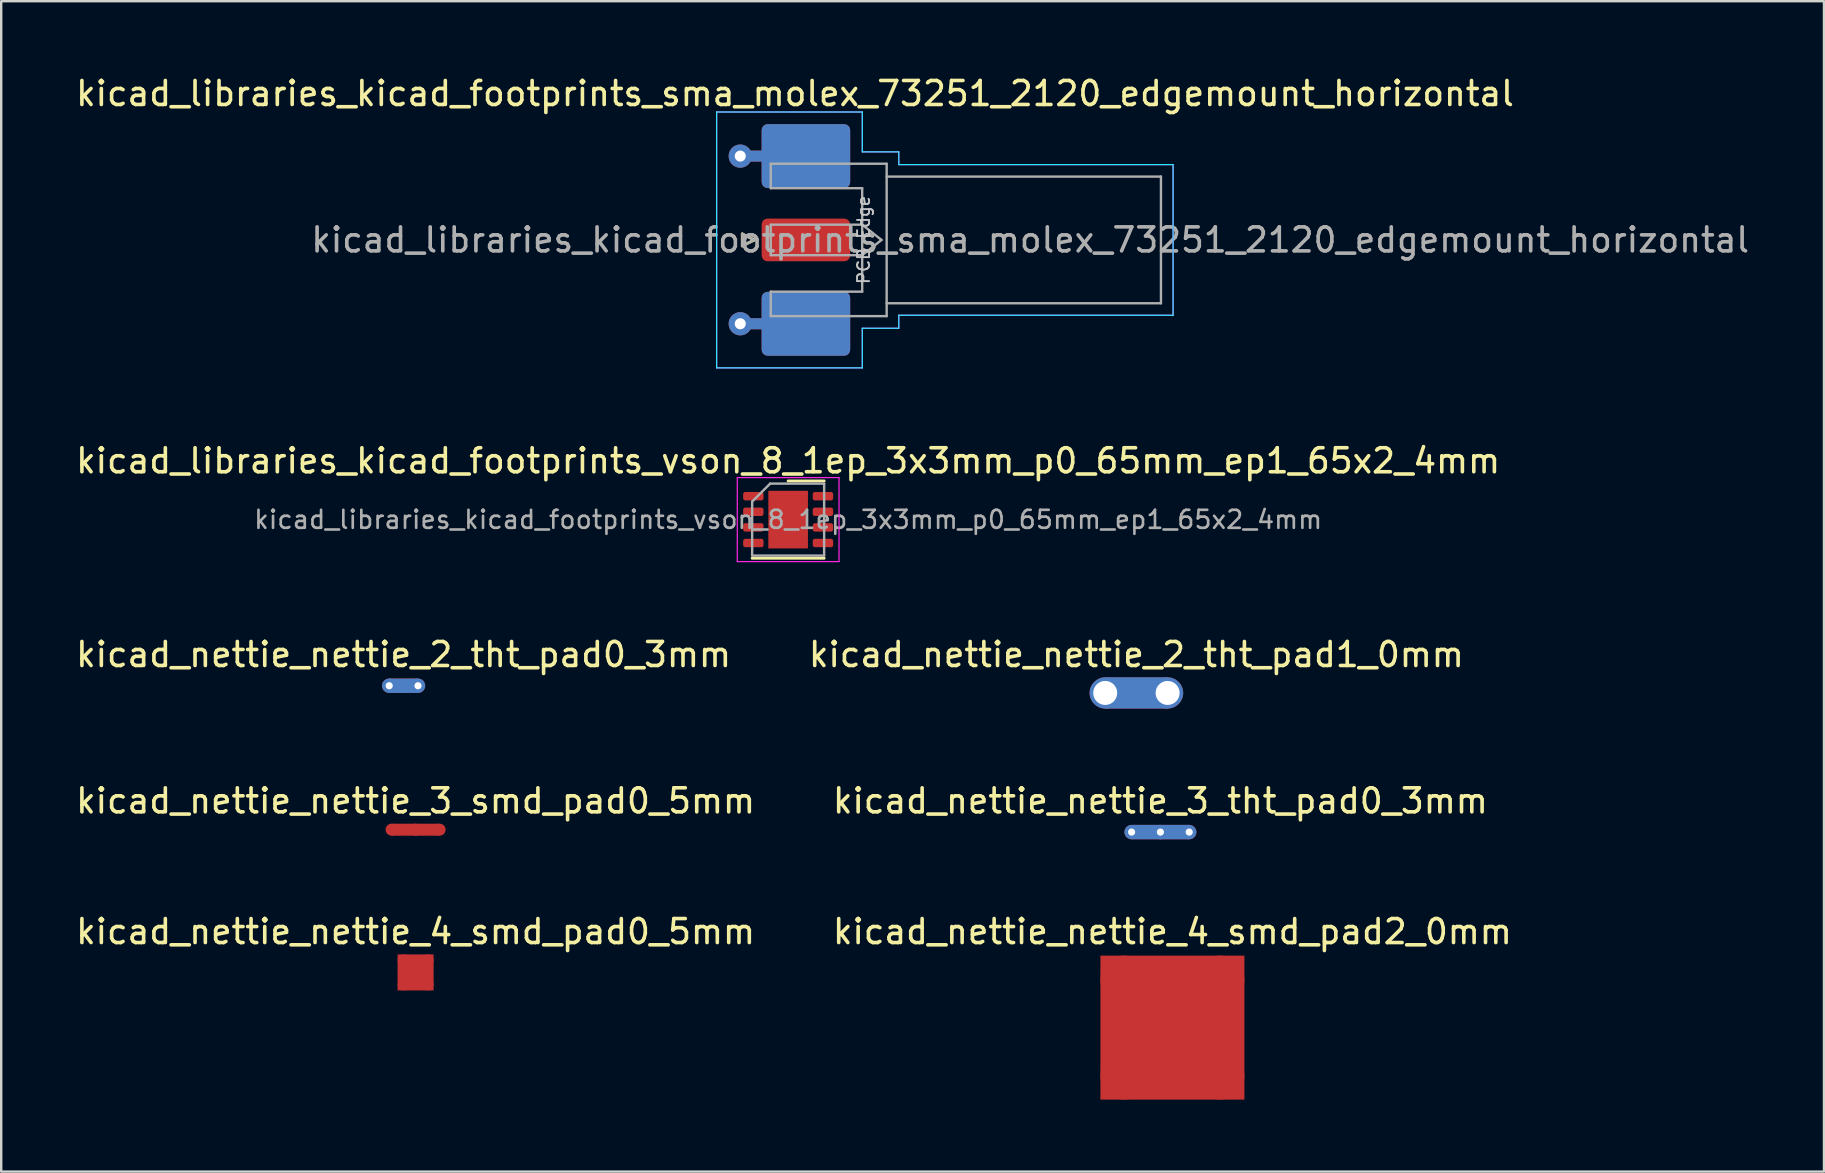
<source format=kicad_pcb>
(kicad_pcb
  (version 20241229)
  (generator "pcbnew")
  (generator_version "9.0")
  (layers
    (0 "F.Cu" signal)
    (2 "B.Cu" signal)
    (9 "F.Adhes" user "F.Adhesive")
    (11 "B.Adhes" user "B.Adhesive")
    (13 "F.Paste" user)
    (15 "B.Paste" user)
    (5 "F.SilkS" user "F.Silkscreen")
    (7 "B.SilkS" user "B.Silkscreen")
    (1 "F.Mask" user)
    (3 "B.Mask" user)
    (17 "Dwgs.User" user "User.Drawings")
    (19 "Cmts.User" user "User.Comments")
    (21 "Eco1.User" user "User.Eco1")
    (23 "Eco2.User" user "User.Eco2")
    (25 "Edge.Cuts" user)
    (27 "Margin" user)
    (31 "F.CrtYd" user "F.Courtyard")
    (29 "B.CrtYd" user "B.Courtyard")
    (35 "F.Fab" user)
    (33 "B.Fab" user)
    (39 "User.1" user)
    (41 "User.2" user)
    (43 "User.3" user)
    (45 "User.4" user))
  (footprint "kicad_nettie_nettie_4_smd_pad0_5mm"
    (layer "F.Cu")
    (at 14.268 37.471)
    (property "Reference" "kicad_nettie_nettie_4_smd_pad0_5mm" (at 0 -1.7 0) (layer "F.SilkS") (effects (font (size 1 1) (thickness 0.15))))
    (attr exclude_from_pos_files exclude_from_bom allow_missing_courtyard)
    (fp_poly (pts (xy -0.75 -0.75) (xy 0.75 -0.75) (xy 0.75 0.75) (xy -0.75 0.75)) (stroke (width 0) (type solid)) (fill yes) (layer "F.Cu"))
    (pad "1" smd circle (at -0.5 -0.5) (size 0.5 0.5) (layers "F.Cu"))
    (pad "2" smd circle (at 0.5 -0.5) (size 0.5 0.5) (layers "F.Cu"))
    (pad "3" smd circle (at -0.5 0.5) (size 0.5 0.5) (layers "F.Cu"))
    (pad "4" smd circle (at 0.5 0.5) (size 0.5 0.5) (layers "F.Cu")))
  (footprint "kicad_nettie_nettie_3_tht_pad0_3mm"
    (layer "F.Cu")
    (at 44.104 31.623)
    (property "Reference" "kicad_nettie_nettie_3_tht_pad0_3mm" (at 1.2 -1.3 0) (layer "F.SilkS") (effects (font (size 1 1) (thickness 0.15))))
    (attr exclude_from_pos_files exclude_from_bom allow_missing_courtyard)
    (fp_poly (pts (xy 0 -0.3) (xy 2.4 -0.3) (xy 2.4 0.3) (xy 0 0.3)) (stroke (width 0) (type solid)) (fill yes) (layer "F.Cu"))
    (fp_poly (pts (xy 0 -0.3) (xy 2.4 -0.3) (xy 2.4 0.3) (xy 0 0.3)) (stroke (width 0) (type solid)) (fill yes) (layer "B.Cu"))
    (pad "1" thru_hole circle (at 0 0) (size 0.6 0.6) (drill 0.3) (layers "*.Cu"))
    (pad "2" thru_hole circle (at 1.2 0) (size 0.6 0.6) (drill 0.3) (layers "*.Cu"))
    (pad "3" thru_hole circle (at 2.4 0) (size 0.6 0.6) (drill 0.3) (layers "*.Cu")))
  (footprint "kicad_libraries_kicad_footprints_vson_8_1ep_3x3mm_p0_65mm_ep1_65x2_4mm"
    (layer "F.Cu")
    (at 29.792 18.602)
    (property "Reference" "kicad_libraries_kicad_footprints_vson_8_1ep_3x3mm_p0_65mm_ep1_65x2_4mm" (at 0 -2.45 0) (layer "F.SilkS") (effects (font (size 1 1) (thickness 0.15))))
    (attr smd)
    (fp_line (start -1.5 1.61) (end 1.5 1.61) (stroke (width 0.12) (type solid)) (layer "F.SilkS"))
    (fp_line (start 0 -1.61) (end 1.5 -1.61) (stroke (width 0.12) (type solid)) (layer "F.SilkS"))
    (fp_line (start -2.12 -1.75) (end -2.12 1.75) (stroke (width 0.05) (type solid)) (layer "F.CrtYd"))
    (fp_line (start -2.12 1.75) (end 2.12 1.75) (stroke (width 0.05) (type solid)) (layer "F.CrtYd"))
    (fp_line (start 2.12 -1.75) (end -2.12 -1.75) (stroke (width 0.05) (type solid)) (layer "F.CrtYd"))
    (fp_line (start 2.12 1.75) (end 2.12 -1.75) (stroke (width 0.05) (type solid)) (layer "F.CrtYd"))
    (fp_line (start -1.5 -0.75) (end -0.75 -1.5) (stroke (width 0.1) (type solid)) (layer "F.Fab"))
    (fp_line (start -1.5 1.5) (end -1.5 -0.75) (stroke (width 0.1) (type solid)) (layer "F.Fab"))
    (fp_line (start -0.75 -1.5) (end 1.5 -1.5) (stroke (width 0.1) (type solid)) (layer "F.Fab"))
    (fp_line (start 1.5 -1.5) (end 1.5 1.5) (stroke (width 0.1) (type solid)) (layer "F.Fab"))
    (fp_line (start 1.5 1.5) (end -1.5 1.5) (stroke (width 0.1) (type solid)) (layer "F.Fab"))
    (fp_text user "${REFERENCE}" (at 0 0 0) (layer "F.Fab") (effects (font (size 0.75 0.75) (thickness 0.11))))
    (pad "" smd roundrect (at 0 0) (size 1.33 1.93) (layers "F.Paste") (roundrect_rratio 0.188))
    (pad "1" smd roundrect (at -1.45 -0.975) (size 0.85 0.35) (layers "F.Cu" "F.Mask" "F.Paste") (roundrect_rratio 0.25))
    (pad "2" smd roundrect (at -1.45 -0.325) (size 0.85 0.35) (layers "F.Cu" "F.Mask" "F.Paste") (roundrect_rratio 0.25))
    (pad "3" smd roundrect (at -1.45 0.325) (size 0.85 0.35) (layers "F.Cu" "F.Mask" "F.Paste") (roundrect_rratio 0.25))
    (pad "4" smd roundrect (at -1.45 0.975) (size 0.85 0.35) (layers "F.Cu" "F.Mask" "F.Paste") (roundrect_rratio 0.25))
    (pad "5" smd roundrect (at 1.45 0.975) (size 0.85 0.35) (layers "F.Cu" "F.Mask" "F.Paste") (roundrect_rratio 0.25))
    (pad "6" smd roundrect (at 1.45 0.325) (size 0.85 0.35) (layers "F.Cu" "F.Mask" "F.Paste") (roundrect_rratio 0.25))
    (pad "7" smd roundrect (at 1.45 -0.325) (size 0.85 0.35) (layers "F.Cu" "F.Mask" "F.Paste") (roundrect_rratio 0.25))
    (pad "8" smd roundrect (at 1.45 -0.975) (size 0.85 0.35) (layers "F.Cu" "F.Mask" "F.Paste") (roundrect_rratio 0.25))
    (pad "9" smd rect (at 0 0) (size 1.65 2.4) (layers "F.Cu" "F.Mask")))
  (footprint "kicad_libraries_kicad_footprints_sma_molex_73251_2120_edgemount_horizontal"
    (layer "F.Cu")
    (at 30.782 6.948)
    (property "Reference" "kicad_libraries_kicad_footprints_sma_molex_73251_2120_edgemount_horizontal" (at -0.705 -6.1 0) (layer "F.SilkS") (effects (font (size 1 1) (thickness 0.15))))
    (attr smd)
    (fp_line (start -0.25 -3.493) (end -2.985 -3.493) (stroke (width 0.46) (type default)) (layer "F.Cu"))
    (fp_line (start -0.25 3.493) (end -2.985 3.493) (stroke (width 0.46) (type default)) (layer "F.Cu"))
    (fp_line (start -0.25 -3.493) (end -2.985 -3.493) (stroke (width 0.46) (type default)) (layer "B.Cu"))
    (fp_line (start -0.25 3.493) (end -2.985 3.493) (stroke (width 0.46) (type default)) (layer "B.Cu"))
    (fp_line (start -2.9 -0.25) (end -2.9 0.25) (stroke (width 0.12) (type solid)) (layer "F.SilkS"))
    (fp_line (start -2.9 0.25) (end -2.4 0) (stroke (width 0.12) (type solid)) (layer "F.SilkS"))
    (fp_line (start -2.4 0) (end -2.9 -0.25) (stroke (width 0.12) (type solid)) (layer "F.SilkS"))
    (fp_line (start -3.97 -5.33) (end -3.97 5.33) (stroke (width 0.05) (type solid)) (layer "B.CrtYd"))
    (fp_line (start -3.97 -5.33) (end 2.1 -5.33) (stroke (width 0.05) (type solid)) (layer "B.CrtYd"))
    (fp_line (start 2.1 -5.33) (end 2.1 -3.67) (stroke (width 0.05) (type default)) (layer "B.CrtYd"))
    (fp_line (start 2.1 -3.67) (end 3.62 -3.67) (stroke (width 0.05) (type default)) (layer "B.CrtYd"))
    (fp_line (start 2.1 3.68) (end 3.62 3.68) (stroke (width 0.05) (type default)) (layer "B.CrtYd"))
    (fp_line (start 2.1 5.33) (end -3.97 5.33) (stroke (width 0.05) (type solid)) (layer "B.CrtYd"))
    (fp_line (start 2.1 5.33) (end 2.1 3.68) (stroke (width 0.05) (type default)) (layer "B.CrtYd"))
    (fp_line (start 3.62 -3.67) (end 3.62 -3.14) (stroke (width 0.05) (type default)) (layer "B.CrtYd"))
    (fp_line (start 3.62 -3.14) (end 15.05 -3.14) (stroke (width 0.05) (type default)) (layer "B.CrtYd"))
    (fp_line (start 3.62 3.14) (end 15.05 3.14) (stroke (width 0.05) (type default)) (layer "B.CrtYd"))
    (fp_line (start 3.62 3.68) (end 3.62 3.14) (stroke (width 0.05) (type default)) (layer "B.CrtYd"))
    (fp_line (start 15.05 -3.14) (end 15.05 3.14) (stroke (width 0.05) (type solid)) (layer "B.CrtYd"))
    (fp_line (start -3.97 -5.33) (end -3.97 5.33) (stroke (width 0.05) (type solid)) (layer "F.CrtYd"))
    (fp_line (start -3.97 -5.33) (end 2.1 -5.33) (stroke (width 0.05) (type solid)) (layer "F.CrtYd"))
    (fp_line (start 2.1 -5.33) (end 2.1 -3.67) (stroke (width 0.05) (type default)) (layer "F.CrtYd"))
    (fp_line (start 2.1 -3.67) (end 3.62 -3.67) (stroke (width 0.05) (type default)) (layer "F.CrtYd"))
    (fp_line (start 2.1 3.68) (end 3.62 3.68) (stroke (width 0.05) (type default)) (layer "F.CrtYd"))
    (fp_line (start 2.1 5.33) (end -3.97 5.33) (stroke (width 0.05) (type solid)) (layer "F.CrtYd"))
    (fp_line (start 2.1 5.33) (end 2.1 3.68) (stroke (width 0.05) (type default)) (layer "F.CrtYd"))
    (fp_line (start 3.62 -3.67) (end 3.62 -3.14) (stroke (width 0.05) (type default)) (layer "F.CrtYd"))
    (fp_line (start 3.62 -3.14) (end 15.05 -3.14) (stroke (width 0.05) (type default)) (layer "F.CrtYd"))
    (fp_line (start 3.62 3.14) (end 15.05 3.14) (stroke (width 0.05) (type default)) (layer "F.CrtYd"))
    (fp_line (start 3.62 3.68) (end 3.62 3.14) (stroke (width 0.05) (type default)) (layer "F.CrtYd"))
    (fp_line (start 15.05 -3.14) (end 15.05 3.14) (stroke (width 0.05) (type solid)) (layer "F.CrtYd"))
    (fp_line (start -2.9 -0.25) (end -2.4 0) (stroke (width 0.1) (type solid)) (layer "F.Fab"))
    (fp_line (start -2.9 0.25) (end -2.9 -0.25) (stroke (width 0.1) (type solid)) (layer "F.Fab"))
    (fp_line (start -2.4 0) (end -2.9 0.25) (stroke (width 0.1) (type solid)) (layer "F.Fab"))
    (fp_line (start -1.715 -3.175) (end -1.715 -2.155) (stroke (width 0.1) (type solid)) (layer "F.Fab"))
    (fp_line (start -1.715 -3.175) (end 3.115 -3.175) (stroke (width 0.1) (type solid)) (layer "F.Fab"))
    (fp_line (start -1.715 -0.635) (end -1.715 0.635) (stroke (width 0.1) (type solid)) (layer "F.Fab"))
    (fp_line (start -1.715 3.175) (end -1.715 2.155) (stroke (width 0.1) (type solid)) (layer "F.Fab"))
    (fp_line (start 2.095 -2.155) (end -1.715 -2.155) (stroke (width 0.1) (type solid)) (layer "F.Fab"))
    (fp_line (start 2.095 -2.155) (end 2.095 2.155) (stroke (width 0.1) (type solid)) (layer "F.Fab"))
    (fp_line (start 2.095 -0.635) (end -1.715 -0.635) (stroke (width 0.1) (type solid)) (layer "F.Fab"))
    (fp_line (start 2.095 -0.635) (end 2.9 0) (stroke (width 0.1) (type solid)) (layer "F.Fab"))
    (fp_line (start 2.095 0.635) (end -1.715 0.635) (stroke (width 0.1) (type solid)) (layer "F.Fab"))
    (fp_line (start 2.095 2.155) (end -1.715 2.155) (stroke (width 0.1) (type solid)) (layer "F.Fab"))
    (fp_line (start 2.9 0) (end 2.095 0.635) (stroke (width 0.1) (type solid)) (layer "F.Fab"))
    (fp_line (start 3.115 -3.175) (end 3.115 3.175) (stroke (width 0.1) (type solid)) (layer "F.Fab"))
    (fp_line (start 3.115 3.175) (end -1.715 3.175) (stroke (width 0.1) (type solid)) (layer "F.Fab"))
    (fp_line (start 14.545 -2.64) (end 3.115 -2.64) (stroke (width 0.1) (type solid)) (layer "F.Fab"))
    (fp_line (start 14.545 -2.64) (end 14.545 2.64) (stroke (width 0.1) (type solid)) (layer "F.Fab"))
    (fp_line (start 14.545 2.64) (end 3.115 2.64) (stroke (width 0.1) (type solid)) (layer "F.Fab"))
    (fp_text user "PCB Edge" (at 2.155 0 270) (layer "Dwgs.User") (effects (font (size 0.5 0.5) (thickness 0.08))))
    (fp_text user "${REFERENCE}" (at 9.095 0 0) (layer "F.Fab") (effects (font (size 1 1) (thickness 0.15))))
    (pad "1" smd roundrect (at -0.25 0) (size 3.69 1.78) (layers "F.Cu" "F.Mask" "F.Paste") (roundrect_rratio 0.14))
    (pad "2" thru_hole circle (at -2.985 -3.493) (size 0.97 0.97) (drill 0.46) (layers "*.Cu"))
    (pad "2" thru_hole circle (at -2.985 3.493) (size 0.97 0.97) (drill 0.46) (layers "*.Cu"))
    (pad "2" smd roundrect (at -0.25 -3.493) (size 3.69 2.665) (layers "F.Cu" "F.Mask" "F.Paste") (roundrect_rratio 0.094))
    (pad "2" smd roundrect (at -0.25 -3.493) (size 3.69 2.665) (layers "B.Cu" "B.Mask" "B.Paste") (roundrect_rratio 0.094))
    (pad "2" smd roundrect (at -0.25 3.493) (size 3.69 2.665) (layers "F.Cu" "F.Mask" "F.Paste") (roundrect_rratio 0.094))
    (pad "2" smd roundrect (at -0.25 3.493) (size 3.69 2.665) (layers "B.Cu" "B.Mask" "B.Paste") (roundrect_rratio 0.094)))
  (footprint "kicad_nettie_nettie_2_tht_pad1_0mm"
    (layer "F.Cu")
    (at 43.004 25.825)
    (property "Reference" "kicad_nettie_nettie_2_tht_pad1_0mm" (at 1.3 -1.6 0) (layer "F.SilkS") (effects (font (size 1 1) (thickness 0.15))))
    (attr exclude_from_pos_files exclude_from_bom allow_missing_courtyard)
    (fp_poly (pts (xy 0 -0.65) (xy 2.6 -0.65) (xy 2.6 0.65) (xy 0 0.65)) (stroke (width 0) (type solid)) (fill yes) (layer "F.Cu"))
    (fp_poly (pts (xy 0 -0.65) (xy 2.6 -0.65) (xy 2.6 0.65) (xy 0 0.65)) (stroke (width 0) (type solid)) (fill yes) (layer "B.Cu"))
    (pad "1" thru_hole circle (at 0 0) (size 1.3 1.3) (drill 1) (layers "*.Cu"))
    (pad "2" thru_hole circle (at 2.6 0) (size 1.3 1.3) (drill 1) (layers "*.Cu")))
  (footprint "kicad_nettie_nettie_4_smd_pad2_0mm"
    (layer "F.Cu")
    (at 45.804 39.771)
    (property "Reference" "kicad_nettie_nettie_4_smd_pad2_0mm" (at 0 -4 0) (layer "F.SilkS") (effects (font (size 1 1) (thickness 0.15))))
    (attr exclude_from_pos_files exclude_from_bom allow_missing_courtyard)
    (fp_poly (pts (xy -3 -3) (xy 3 -3) (xy 3 3) (xy -3 3)) (stroke (width 0) (type solid)) (fill yes) (layer "F.Cu"))
    (pad "1" smd circle (at -2 -2) (size 2 2) (layers "F.Cu"))
    (pad "2" smd circle (at 2 -2) (size 2 2) (layers "F.Cu"))
    (pad "3" smd circle (at -2 2) (size 2 2) (layers "F.Cu"))
    (pad "4" smd circle (at 2 2) (size 2 2) (layers "F.Cu")))
  (footprint "kicad_nettie_nettie_2_tht_pad0_3mm"
    (layer "F.Cu")
    (at 13.168 25.525)
    (property "Reference" "kicad_nettie_nettie_2_tht_pad0_3mm" (at 0.6 -1.3 0) (layer "F.SilkS") (effects (font (size 1 1) (thickness 0.15))))
    (attr exclude_from_pos_files exclude_from_bom allow_missing_courtyard)
    (fp_poly (pts (xy 0 -0.3) (xy 1.2 -0.3) (xy 1.2 0.3) (xy 0 0.3)) (stroke (width 0) (type solid)) (fill yes) (layer "F.Cu"))
    (fp_poly (pts (xy 0 -0.3) (xy 1.2 -0.3) (xy 1.2 0.3) (xy 0 0.3)) (stroke (width 0) (type solid)) (fill yes) (layer "B.Cu"))
    (pad "1" thru_hole circle (at 0 0) (size 0.6 0.6) (drill 0.3) (layers "*.Cu"))
    (pad "2" thru_hole circle (at 1.2 0) (size 0.6 0.6) (drill 0.3) (layers "*.Cu")))
  (footprint "kicad_nettie_nettie_3_smd_pad0_5mm"
    (layer "F.Cu")
    (at 14.268 31.523)
    (property "Reference" "kicad_nettie_nettie_3_smd_pad0_5mm" (at 0 -1.2 0) (layer "F.SilkS") (effects (font (size 1 1) (thickness 0.15))))
    (attr exclude_from_pos_files exclude_from_bom allow_missing_courtyard)
    (fp_poly (pts (xy -1 -0.25) (xy 1 -0.25) (xy 1 0.25) (xy -1 0.25)) (stroke (width 0) (type solid)) (fill yes) (layer "F.Cu"))
    (pad "1" smd circle (at -1 0) (size 0.5 0.5) (layers "F.Cu"))
    (pad "2" smd circle (at 0 0) (size 0.5 0.5) (layers "F.Cu"))
    (pad "3" smd circle (at 1 0) (size 0.5 0.5) (layers "F.Cu")))
  (gr_rect
    (start -3 -3)
    (end 72.955 45.771)
    (stroke (width 0.1) (type default))
    (fill no)
    (layer "Edge.Cuts")))
</source>
